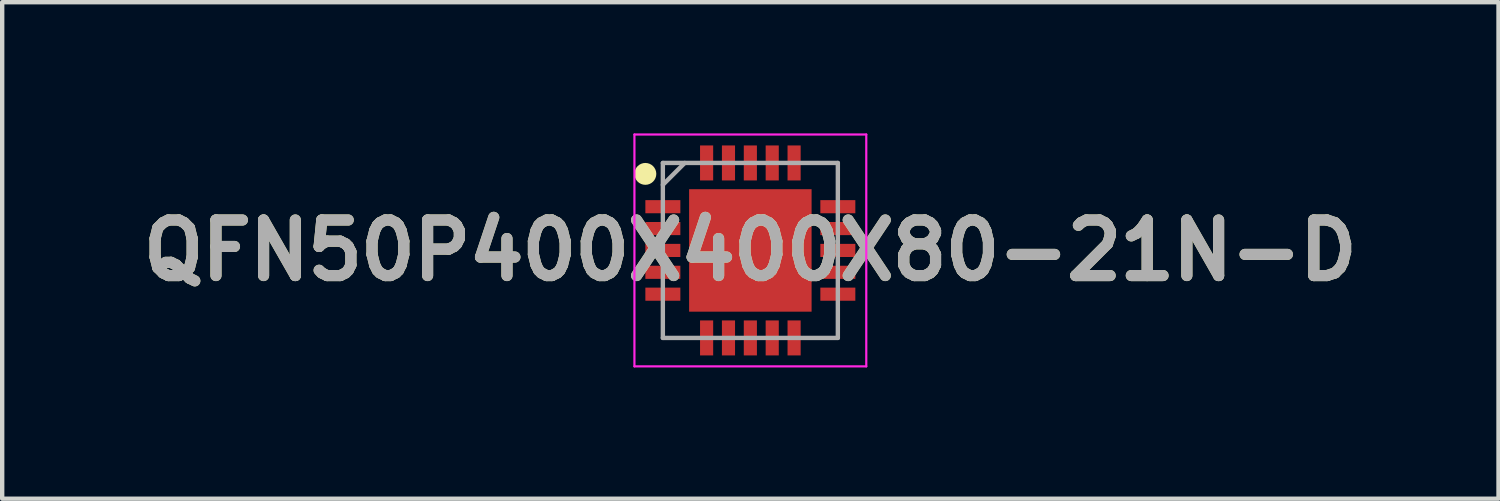
<source format=kicad_pcb>
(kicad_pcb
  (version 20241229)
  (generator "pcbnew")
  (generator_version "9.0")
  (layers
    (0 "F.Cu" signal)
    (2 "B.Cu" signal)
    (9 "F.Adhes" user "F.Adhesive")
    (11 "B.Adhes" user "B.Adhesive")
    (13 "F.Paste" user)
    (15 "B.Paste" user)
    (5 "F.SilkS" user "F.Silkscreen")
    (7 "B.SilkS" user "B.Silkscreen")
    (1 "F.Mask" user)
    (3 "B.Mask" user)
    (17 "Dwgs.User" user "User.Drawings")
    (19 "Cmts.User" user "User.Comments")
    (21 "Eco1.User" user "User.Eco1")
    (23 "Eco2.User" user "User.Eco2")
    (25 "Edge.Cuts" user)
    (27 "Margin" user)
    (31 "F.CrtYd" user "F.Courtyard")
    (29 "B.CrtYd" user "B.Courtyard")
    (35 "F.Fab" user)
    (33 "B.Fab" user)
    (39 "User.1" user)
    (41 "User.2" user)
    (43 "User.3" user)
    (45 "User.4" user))
  (footprint "QFN50P400X400X80-21N-D"
    (layer "F.Cu")
    (at 14.103 2.675)
    (property "Reference" "QFN50P400X400X80-21N-D" (at 0 0 0) (layer "F.SilkS") (effects (font (size 1.27 1.27) (thickness 0.254))))
    (attr smd)
    (fp_circle (center -2.4 -1.75) (end -2.4 -1.625) (stroke (width 0.25) (type solid)) (fill no) (layer "F.SilkS"))
    (fp_line (start -2.65 -2.65) (end 2.65 -2.65) (stroke (width 0.05) (type solid)) (layer "F.CrtYd"))
    (fp_line (start -2.65 2.65) (end -2.65 -2.65) (stroke (width 0.05) (type solid)) (layer "F.CrtYd"))
    (fp_line (start 2.65 -2.65) (end 2.65 2.65) (stroke (width 0.05) (type solid)) (layer "F.CrtYd"))
    (fp_line (start 2.65 2.65) (end -2.65 2.65) (stroke (width 0.05) (type solid)) (layer "F.CrtYd"))
    (fp_line (start -2 -2) (end 2 -2) (stroke (width 0.1) (type solid)) (layer "F.Fab"))
    (fp_line (start -2 -1.5) (end -1.5 -2) (stroke (width 0.1) (type solid)) (layer "F.Fab"))
    (fp_line (start -2 2) (end -2 -2) (stroke (width 0.1) (type solid)) (layer "F.Fab"))
    (fp_line (start 2 -2) (end 2 2) (stroke (width 0.1) (type solid)) (layer "F.Fab"))
    (fp_line (start 2 2) (end -2 2) (stroke (width 0.1) (type solid)) (layer "F.Fab"))
    (fp_text user "${REFERENCE}" (at 0 0 0) (layer "F.Fab") (effects (font (size 1.27 1.27) (thickness 0.254))))
    (pad "1" smd rect (at -2 -1 90) (size 0.3 0.8) (layers "F.Cu" "F.Mask" "F.Paste"))
    (pad "2" smd rect (at -2 -0.5 90) (size 0.3 0.8) (layers "F.Cu" "F.Mask" "F.Paste"))
    (pad "3" smd rect (at -2 0 90) (size 0.3 0.8) (layers "F.Cu" "F.Mask" "F.Paste"))
    (pad "4" smd rect (at -2 0.5 90) (size 0.3 0.8) (layers "F.Cu" "F.Mask" "F.Paste"))
    (pad "5" smd rect (at -2 1 90) (size 0.3 0.8) (layers "F.Cu" "F.Mask" "F.Paste"))
    (pad "6" smd rect (at -1 2) (size 0.3 0.8) (layers "F.Cu" "F.Mask" "F.Paste"))
    (pad "7" smd rect (at -0.5 2) (size 0.3 0.8) (layers "F.Cu" "F.Mask" "F.Paste"))
    (pad "8" smd rect (at 0 2) (size 0.3 0.8) (layers "F.Cu" "F.Mask" "F.Paste"))
    (pad "9" smd rect (at 0.5 2) (size 0.3 0.8) (layers "F.Cu" "F.Mask" "F.Paste"))
    (pad "10" smd rect (at 1 2) (size 0.3 0.8) (layers "F.Cu" "F.Mask" "F.Paste"))
    (pad "11" smd rect (at 2 1 90) (size 0.3 0.8) (layers "F.Cu" "F.Mask" "F.Paste"))
    (pad "12" smd rect (at 2 0.5 90) (size 0.3 0.8) (layers "F.Cu" "F.Mask" "F.Paste"))
    (pad "13" smd rect (at 2 0 90) (size 0.3 0.8) (layers "F.Cu" "F.Mask" "F.Paste"))
    (pad "14" smd rect (at 2 -0.5 90) (size 0.3 0.8) (layers "F.Cu" "F.Mask" "F.Paste"))
    (pad "15" smd rect (at 2 -1 90) (size 0.3 0.8) (layers "F.Cu" "F.Mask" "F.Paste"))
    (pad "16" smd rect (at 1 -2) (size 0.3 0.8) (layers "F.Cu" "F.Mask" "F.Paste"))
    (pad "17" smd rect (at 0.5 -2) (size 0.3 0.8) (layers "F.Cu" "F.Mask" "F.Paste"))
    (pad "18" smd rect (at 0 -2) (size 0.3 0.8) (layers "F.Cu" "F.Mask" "F.Paste"))
    (pad "19" smd rect (at -0.5 -2) (size 0.3 0.8) (layers "F.Cu" "F.Mask" "F.Paste"))
    (pad "20" smd rect (at -1 -2) (size 0.3 0.8) (layers "F.Cu" "F.Mask" "F.Paste"))
    (pad "21" smd rect (at 0 0) (size 2.8 2.8) (layers "F.Cu" "F.Mask" "F.Paste")))
  (gr_rect
    (start -3 -3)
    (end 31.206 8.35)
    (stroke (width 0.1) (type default))
    (fill no)
    (layer "Edge.Cuts")))
</source>
